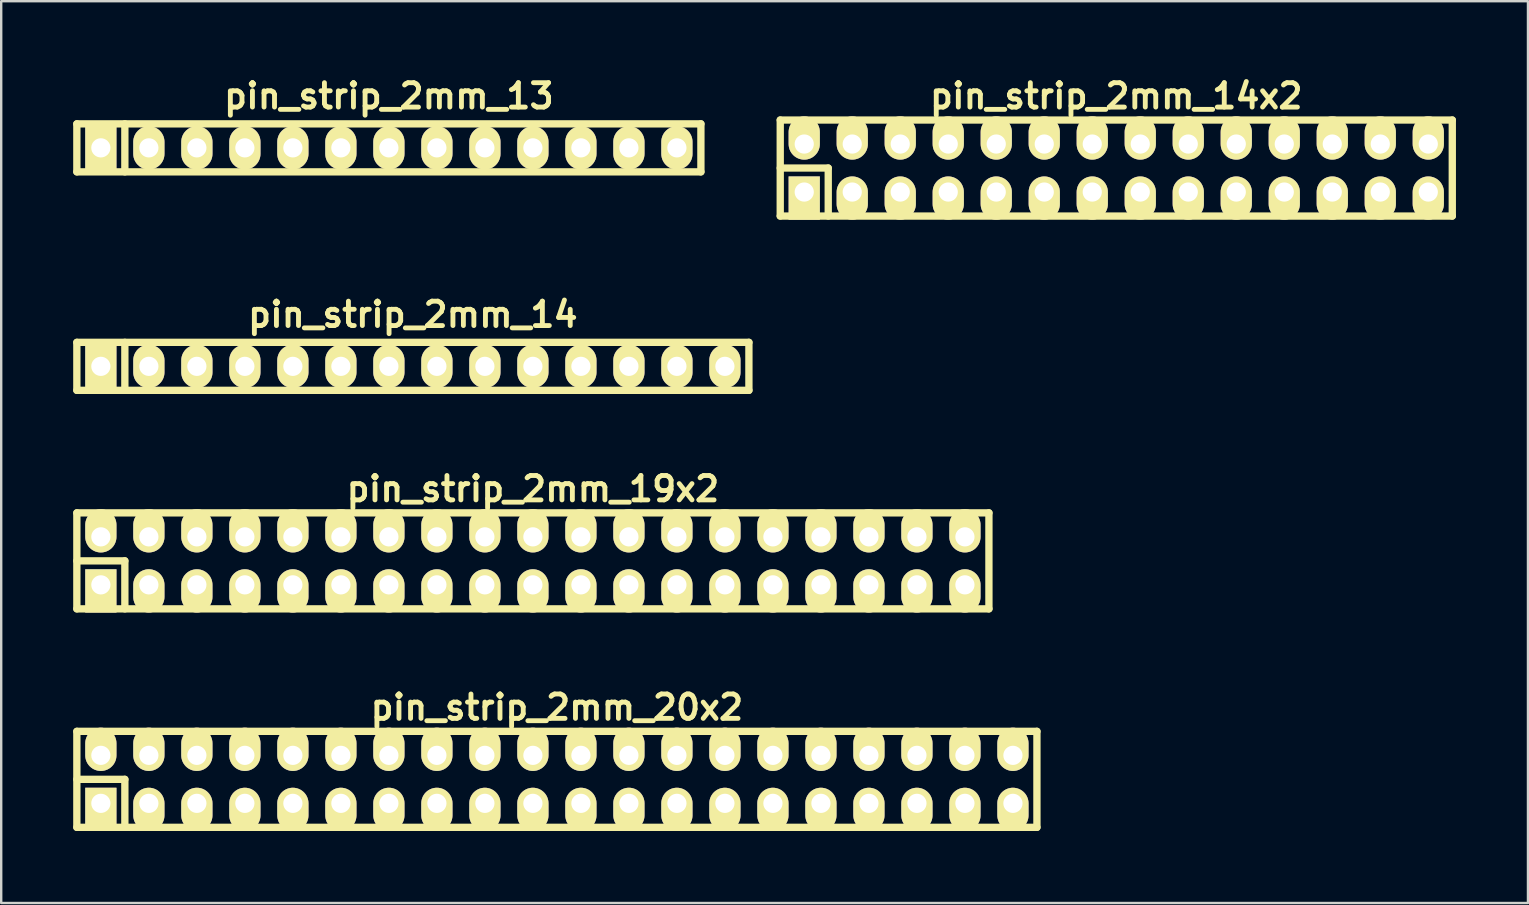
<source format=kicad_pcb>
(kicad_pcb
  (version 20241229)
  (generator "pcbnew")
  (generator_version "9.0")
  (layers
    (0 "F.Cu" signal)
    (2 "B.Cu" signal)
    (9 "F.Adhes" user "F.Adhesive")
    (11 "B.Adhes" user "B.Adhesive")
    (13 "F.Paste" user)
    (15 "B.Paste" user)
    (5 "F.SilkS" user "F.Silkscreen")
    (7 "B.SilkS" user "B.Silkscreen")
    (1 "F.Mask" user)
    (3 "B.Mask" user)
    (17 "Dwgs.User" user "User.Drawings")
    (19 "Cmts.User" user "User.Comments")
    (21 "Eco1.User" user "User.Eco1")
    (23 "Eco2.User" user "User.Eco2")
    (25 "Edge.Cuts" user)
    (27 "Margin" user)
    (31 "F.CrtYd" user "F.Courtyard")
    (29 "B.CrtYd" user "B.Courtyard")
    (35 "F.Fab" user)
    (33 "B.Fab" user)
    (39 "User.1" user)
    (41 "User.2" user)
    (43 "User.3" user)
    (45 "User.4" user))
  (footprint "pin_strip_2mm_13"
    (layer "F.Cu")
    (at 13.152 3.11)
    (property "Reference" "pin_strip_2mm_13" (at 0 -2.159 0) (layer "F.SilkS") (effects (font (size 1.016 1.016) (thickness 0.203))))
    (attr through_hole)
    (fp_line (start -13 -1) (end 13 -1) (stroke (width 0.305) (type solid)) (layer "F.SilkS"))
    (fp_line (start -13 1) (end -13 -1) (stroke (width 0.305) (type solid)) (layer "F.SilkS"))
    (fp_line (start -11 -1) (end -11 1) (stroke (width 0.305) (type solid)) (layer "F.SilkS"))
    (fp_line (start 13 -1) (end 13 1) (stroke (width 0.305) (type solid)) (layer "F.SilkS"))
    (fp_line (start 13 1) (end -13 1) (stroke (width 0.305) (type solid)) (layer "F.SilkS"))
    (pad "1" thru_hole rect (at -12 0) (size 1.3 1.8) (drill 0.8) (layers "*.Cu" "*.Mask" "F.SilkS"))
    (pad "2" thru_hole oval (at -10 0) (size 1.3 1.8) (drill 0.8) (layers "*.Cu" "*.Mask" "F.SilkS"))
    (pad "3" thru_hole oval (at -8 0) (size 1.3 1.8) (drill 0.8) (layers "*.Cu" "*.Mask" "F.SilkS"))
    (pad "4" thru_hole oval (at -6 0) (size 1.3 1.8) (drill 0.8) (layers "*.Cu" "*.Mask" "F.SilkS"))
    (pad "5" thru_hole oval (at -4 0) (size 1.3 1.8) (drill 0.8) (layers "*.Cu" "*.Mask" "F.SilkS"))
    (pad "6" thru_hole oval (at -2 0) (size 1.3 1.8) (drill 0.8) (layers "*.Cu" "*.Mask" "F.SilkS"))
    (pad "7" thru_hole oval (at 0 0) (size 1.3 1.8) (drill 0.8) (layers "*.Cu" "*.Mask" "F.SilkS"))
    (pad "8" thru_hole oval (at 2 0) (size 1.3 1.8) (drill 0.8) (layers "*.Cu" "*.Mask" "F.SilkS"))
    (pad "9" thru_hole oval (at 4 0) (size 1.3 1.8) (drill 0.8) (layers "*.Cu" "*.Mask" "F.SilkS"))
    (pad "10" thru_hole oval (at 6 0) (size 1.3 1.8) (drill 0.8) (layers "*.Cu" "*.Mask" "F.SilkS"))
    (pad "11" thru_hole oval (at 8 0) (size 1.3 1.8) (drill 0.8) (layers "*.Cu" "*.Mask" "F.SilkS"))
    (pad "12" thru_hole oval (at 10 0) (size 1.3 1.8) (drill 0.8) (layers "*.Cu" "*.Mask" "F.SilkS"))
    (pad "13" thru_hole oval (at 12 0) (size 1.3 1.8) (drill 0.8) (layers "*.Cu" "*.Mask" "F.SilkS")))
  (footprint "pin_strip_2mm_20x2"
    (layer "F.Cu")
    (at 20.152 29.42)
    (property "Reference" "pin_strip_2mm_20x2" (at 0 -3 0) (layer "F.SilkS") (effects (font (size 1.016 1.016) (thickness 0.203))))
    (attr through_hole)
    (fp_line (start -20 -2) (end 20 -2) (stroke (width 0.305) (type solid)) (layer "F.SilkS"))
    (fp_line (start -20 0) (end -18 0) (stroke (width 0.305) (type solid)) (layer "F.SilkS"))
    (fp_line (start -20 2) (end -20 -2) (stroke (width 0.305) (type solid)) (layer "F.SilkS"))
    (fp_line (start -18 0) (end -18 2) (stroke (width 0.305) (type solid)) (layer "F.SilkS"))
    (fp_line (start 20 -2) (end 20 2) (stroke (width 0.305) (type solid)) (layer "F.SilkS"))
    (fp_line (start 20 2) (end -20 2) (stroke (width 0.305) (type solid)) (layer "F.SilkS"))
    (pad "1" thru_hole rect (at -19 1) (size 1.3 1.8) (drill 0.8 (offset 0 0.25)) (layers "*.Cu" "*.Mask" "F.SilkS"))
    (pad "2" thru_hole oval (at -19 -1) (size 1.3 1.8) (drill 0.8 (offset 0 -0.25)) (layers "*.Cu" "*.Mask" "F.SilkS"))
    (pad "3" thru_hole oval (at -17 1) (size 1.3 1.8) (drill 0.8 (offset 0 0.25)) (layers "*.Cu" "*.Mask" "F.SilkS"))
    (pad "4" thru_hole oval (at -17 -1) (size 1.3 1.8) (drill 0.8 (offset 0 -0.25)) (layers "*.Cu" "*.Mask" "F.SilkS"))
    (pad "5" thru_hole oval (at -15 1) (size 1.3 1.8) (drill 0.8 (offset 0 0.25)) (layers "*.Cu" "*.Mask" "F.SilkS"))
    (pad "6" thru_hole oval (at -15 -1) (size 1.3 1.8) (drill 0.8 (offset 0 -0.25)) (layers "*.Cu" "*.Mask" "F.SilkS"))
    (pad "7" thru_hole oval (at -13 1) (size 1.3 1.8) (drill 0.8 (offset 0 0.25)) (layers "*.Cu" "*.Mask" "F.SilkS"))
    (pad "8" thru_hole oval (at -13 -1) (size 1.3 1.8) (drill 0.8 (offset 0 -0.25)) (layers "*.Cu" "*.Mask" "F.SilkS"))
    (pad "9" thru_hole oval (at -11 1) (size 1.3 1.8) (drill 0.8 (offset 0 0.25)) (layers "*.Cu" "*.Mask" "F.SilkS"))
    (pad "10" thru_hole oval (at -11 -1) (size 1.3 1.8) (drill 0.8 (offset 0 -0.25)) (layers "*.Cu" "*.Mask" "F.SilkS"))
    (pad "11" thru_hole oval (at -9 1) (size 1.3 1.8) (drill 0.8 (offset 0 0.25)) (layers "*.Cu" "*.Mask" "F.SilkS"))
    (pad "12" thru_hole oval (at -9 -1) (size 1.3 1.8) (drill 0.8 (offset 0 -0.25)) (layers "*.Cu" "*.Mask" "F.SilkS"))
    (pad "13" thru_hole oval (at -7 1) (size 1.3 1.8) (drill 0.8 (offset 0 0.25)) (layers "*.Cu" "*.Mask" "F.SilkS"))
    (pad "14" thru_hole oval (at -7 -1) (size 1.3 1.8) (drill 0.8 (offset 0 -0.25)) (layers "*.Cu" "*.Mask" "F.SilkS"))
    (pad "15" thru_hole oval (at -5 1) (size 1.3 1.8) (drill 0.8 (offset 0 0.25)) (layers "*.Cu" "*.Mask" "F.SilkS"))
    (pad "16" thru_hole oval (at -5 -1) (size 1.3 1.8) (drill 0.8 (offset 0 -0.25)) (layers "*.Cu" "*.Mask" "F.SilkS"))
    (pad "17" thru_hole oval (at -3 1) (size 1.3 1.8) (drill 0.8 (offset 0 0.25)) (layers "*.Cu" "*.Mask" "F.SilkS"))
    (pad "18" thru_hole oval (at -3 -1) (size 1.3 1.8) (drill 0.8 (offset 0 -0.25)) (layers "*.Cu" "*.Mask" "F.SilkS"))
    (pad "19" thru_hole oval (at -1 1) (size 1.3 1.8) (drill 0.8 (offset 0 0.25)) (layers "*.Cu" "*.Mask" "F.SilkS"))
    (pad "20" thru_hole oval (at -1 -1) (size 1.3 1.8) (drill 0.8 (offset 0 -0.25)) (layers "*.Cu" "*.Mask" "F.SilkS"))
    (pad "21" thru_hole oval (at 1 1) (size 1.3 1.8) (drill 0.8 (offset 0 0.25)) (layers "*.Cu" "*.Mask" "F.SilkS"))
    (pad "22" thru_hole oval (at 1 -1) (size 1.3 1.8) (drill 0.8 (offset 0 -0.25)) (layers "*.Cu" "*.Mask" "F.SilkS"))
    (pad "23" thru_hole oval (at 3 1) (size 1.3 1.8) (drill 0.8 (offset 0 0.25)) (layers "*.Cu" "*.Mask" "F.SilkS"))
    (pad "24" thru_hole oval (at 3 -1) (size 1.3 1.8) (drill 0.8 (offset 0 -0.25)) (layers "*.Cu" "*.Mask" "F.SilkS"))
    (pad "25" thru_hole oval (at 5 1) (size 1.3 1.8) (drill 0.8 (offset 0 0.25)) (layers "*.Cu" "*.Mask" "F.SilkS"))
    (pad "26" thru_hole oval (at 5 -1) (size 1.3 1.8) (drill 0.8 (offset 0 -0.25)) (layers "*.Cu" "*.Mask" "F.SilkS"))
    (pad "27" thru_hole oval (at 7 1) (size 1.3 1.8) (drill 0.8 (offset 0 0.25)) (layers "*.Cu" "*.Mask" "F.SilkS"))
    (pad "28" thru_hole oval (at 7 -1) (size 1.3 1.8) (drill 0.8 (offset 0 -0.25)) (layers "*.Cu" "*.Mask" "F.SilkS"))
    (pad "29" thru_hole oval (at 9 1) (size 1.3 1.8) (drill 0.8 (offset 0 0.25)) (layers "*.Cu" "*.Mask" "F.SilkS"))
    (pad "30" thru_hole oval (at 9 -1) (size 1.3 1.8) (drill 0.8 (offset 0 -0.25)) (layers "*.Cu" "*.Mask" "F.SilkS"))
    (pad "31" thru_hole oval (at 11 1) (size 1.3 1.8) (drill 0.8 (offset 0 0.25)) (layers "*.Cu" "*.Mask" "F.SilkS"))
    (pad "32" thru_hole oval (at 11 -1) (size 1.3 1.8) (drill 0.8 (offset 0 -0.25)) (layers "*.Cu" "*.Mask" "F.SilkS"))
    (pad "33" thru_hole oval (at 13 1) (size 1.3 1.8) (drill 0.8 (offset 0 0.25)) (layers "*.Cu" "*.Mask" "F.SilkS"))
    (pad "34" thru_hole oval (at 13 -1) (size 1.3 1.8) (drill 0.8 (offset 0 -0.25)) (layers "*.Cu" "*.Mask" "F.SilkS"))
    (pad "35" thru_hole oval (at 15 1) (size 1.3 1.8) (drill 0.8 (offset 0 0.25)) (layers "*.Cu" "*.Mask" "F.SilkS"))
    (pad "36" thru_hole oval (at 15 -1) (size 1.3 1.8) (drill 0.8 (offset 0 -0.25)) (layers "*.Cu" "*.Mask" "F.SilkS"))
    (pad "37" thru_hole oval (at 17 1) (size 1.3 1.8) (drill 0.8 (offset 0 0.25)) (layers "*.Cu" "*.Mask" "F.SilkS"))
    (pad "38" thru_hole oval (at 17 -1) (size 1.3 1.8) (drill 0.8 (offset 0 -0.25)) (layers "*.Cu" "*.Mask" "F.SilkS"))
    (pad "39" thru_hole oval (at 19 1) (size 1.3 1.8) (drill 0.8 (offset 0 0.25)) (layers "*.Cu" "*.Mask" "F.SilkS"))
    (pad "40" thru_hole oval (at 19 -1) (size 1.3 1.8) (drill 0.8 (offset 0 -0.25)) (layers "*.Cu" "*.Mask" "F.SilkS")))
  (footprint "pin_strip_2mm_14x2"
    (layer "F.Cu")
    (at 43.457 3.951)
    (property "Reference" "pin_strip_2mm_14x2" (at 0 -3 0) (layer "F.SilkS") (effects (font (size 1.016 1.016) (thickness 0.203))))
    (attr through_hole)
    (fp_line (start -14 -2) (end 14 -2) (stroke (width 0.305) (type solid)) (layer "F.SilkS"))
    (fp_line (start -14 0) (end -12 0) (stroke (width 0.305) (type solid)) (layer "F.SilkS"))
    (fp_line (start -14 2) (end -14 -2) (stroke (width 0.305) (type solid)) (layer "F.SilkS"))
    (fp_line (start -12 0) (end -12 2) (stroke (width 0.305) (type solid)) (layer "F.SilkS"))
    (fp_line (start 14 -2) (end 14 2) (stroke (width 0.305) (type solid)) (layer "F.SilkS"))
    (fp_line (start 14 2) (end -14 2) (stroke (width 0.305) (type solid)) (layer "F.SilkS"))
    (pad "1" thru_hole rect (at -13 1) (size 1.3 1.8) (drill 0.8 (offset 0 0.25)) (layers "*.Cu" "*.Mask" "F.SilkS"))
    (pad "2" thru_hole oval (at -13 -1) (size 1.3 1.8) (drill 0.8 (offset 0 -0.25)) (layers "*.Cu" "*.Mask" "F.SilkS"))
    (pad "3" thru_hole oval (at -11 1) (size 1.3 1.8) (drill 0.8 (offset 0 0.25)) (layers "*.Cu" "*.Mask" "F.SilkS"))
    (pad "4" thru_hole oval (at -11 -1) (size 1.3 1.8) (drill 0.8 (offset 0 -0.25)) (layers "*.Cu" "*.Mask" "F.SilkS"))
    (pad "5" thru_hole oval (at -9 1) (size 1.3 1.8) (drill 0.8 (offset 0 0.25)) (layers "*.Cu" "*.Mask" "F.SilkS"))
    (pad "6" thru_hole oval (at -9 -1) (size 1.3 1.8) (drill 0.8 (offset 0 -0.25)) (layers "*.Cu" "*.Mask" "F.SilkS"))
    (pad "7" thru_hole oval (at -7 1) (size 1.3 1.8) (drill 0.8 (offset 0 0.25)) (layers "*.Cu" "*.Mask" "F.SilkS"))
    (pad "8" thru_hole oval (at -7 -1) (size 1.3 1.8) (drill 0.8 (offset 0 -0.25)) (layers "*.Cu" "*.Mask" "F.SilkS"))
    (pad "9" thru_hole oval (at -5 1) (size 1.3 1.8) (drill 0.8 (offset 0 0.25)) (layers "*.Cu" "*.Mask" "F.SilkS"))
    (pad "10" thru_hole oval (at -5 -1) (size 1.3 1.8) (drill 0.8 (offset 0 -0.25)) (layers "*.Cu" "*.Mask" "F.SilkS"))
    (pad "11" thru_hole oval (at -3 1) (size 1.3 1.8) (drill 0.8 (offset 0 0.25)) (layers "*.Cu" "*.Mask" "F.SilkS"))
    (pad "12" thru_hole oval (at -3 -1) (size 1.3 1.8) (drill 0.8 (offset 0 -0.25)) (layers "*.Cu" "*.Mask" "F.SilkS"))
    (pad "13" thru_hole oval (at -1 1) (size 1.3 1.8) (drill 0.8 (offset 0 0.25)) (layers "*.Cu" "*.Mask" "F.SilkS"))
    (pad "14" thru_hole oval (at -1 -1) (size 1.3 1.8) (drill 0.8 (offset 0 -0.25)) (layers "*.Cu" "*.Mask" "F.SilkS"))
    (pad "15" thru_hole oval (at 1 1) (size 1.3 1.8) (drill 0.8 (offset 0 0.25)) (layers "*.Cu" "*.Mask" "F.SilkS"))
    (pad "16" thru_hole oval (at 1 -1) (size 1.3 1.8) (drill 0.8 (offset 0 -0.25)) (layers "*.Cu" "*.Mask" "F.SilkS"))
    (pad "17" thru_hole oval (at 3 1) (size 1.3 1.8) (drill 0.8 (offset 0 0.25)) (layers "*.Cu" "*.Mask" "F.SilkS"))
    (pad "18" thru_hole oval (at 3 -1) (size 1.3 1.8) (drill 0.8 (offset 0 -0.25)) (layers "*.Cu" "*.Mask" "F.SilkS"))
    (pad "19" thru_hole oval (at 5 1) (size 1.3 1.8) (drill 0.8 (offset 0 0.25)) (layers "*.Cu" "*.Mask" "F.SilkS"))
    (pad "20" thru_hole oval (at 5 -1) (size 1.3 1.8) (drill 0.8 (offset 0 -0.25)) (layers "*.Cu" "*.Mask" "F.SilkS"))
    (pad "21" thru_hole oval (at 7 1) (size 1.3 1.8) (drill 0.8 (offset 0 0.25)) (layers "*.Cu" "*.Mask" "F.SilkS"))
    (pad "22" thru_hole oval (at 7 -1) (size 1.3 1.8) (drill 0.8 (offset 0 -0.25)) (layers "*.Cu" "*.Mask" "F.SilkS"))
    (pad "23" thru_hole oval (at 9 1) (size 1.3 1.8) (drill 0.8 (offset 0 0.25)) (layers "*.Cu" "*.Mask" "F.SilkS"))
    (pad "24" thru_hole oval (at 9 -1) (size 1.3 1.8) (drill 0.8 (offset 0 -0.25)) (layers "*.Cu" "*.Mask" "F.SilkS"))
    (pad "25" thru_hole oval (at 11 1) (size 1.3 1.8) (drill 0.8 (offset 0 0.25)) (layers "*.Cu" "*.Mask" "F.SilkS"))
    (pad "26" thru_hole oval (at 11 -1) (size 1.3 1.8) (drill 0.8 (offset 0 -0.25)) (layers "*.Cu" "*.Mask" "F.SilkS"))
    (pad "27" thru_hole oval (at 13 1) (size 1.3 1.8) (drill 0.8 (offset 0 0.25)) (layers "*.Cu" "*.Mask" "F.SilkS"))
    (pad "28" thru_hole oval (at 13 -1) (size 1.3 1.8) (drill 0.8 (offset 0 -0.25)) (layers "*.Cu" "*.Mask" "F.SilkS")))
  (footprint "pin_strip_2mm_14"
    (layer "F.Cu")
    (at 14.152 12.213)
    (property "Reference" "pin_strip_2mm_14" (at 0 -2.159 0) (layer "F.SilkS") (effects (font (size 1.016 1.016) (thickness 0.203))))
    (attr through_hole)
    (fp_line (start -14 -1) (end 14 -1) (stroke (width 0.305) (type solid)) (layer "F.SilkS"))
    (fp_line (start -14 1) (end -14 -1) (stroke (width 0.305) (type solid)) (layer "F.SilkS"))
    (fp_line (start -12 -1) (end -12 1) (stroke (width 0.305) (type solid)) (layer "F.SilkS"))
    (fp_line (start 14 -1) (end 14 1) (stroke (width 0.305) (type solid)) (layer "F.SilkS"))
    (fp_line (start 14 1) (end -14 1) (stroke (width 0.305) (type solid)) (layer "F.SilkS"))
    (pad "1" thru_hole rect (at -13 0) (size 1.3 1.8) (drill 0.8) (layers "*.Cu" "*.Mask" "F.SilkS"))
    (pad "2" thru_hole oval (at -11 0) (size 1.3 1.8) (drill 0.8) (layers "*.Cu" "*.Mask" "F.SilkS"))
    (pad "3" thru_hole oval (at -9 0) (size 1.3 1.8) (drill 0.8) (layers "*.Cu" "*.Mask" "F.SilkS"))
    (pad "4" thru_hole oval (at -7 0) (size 1.3 1.8) (drill 0.8) (layers "*.Cu" "*.Mask" "F.SilkS"))
    (pad "5" thru_hole oval (at -5 0) (size 1.3 1.8) (drill 0.8) (layers "*.Cu" "*.Mask" "F.SilkS"))
    (pad "6" thru_hole oval (at -3 0) (size 1.3 1.8) (drill 0.8) (layers "*.Cu" "*.Mask" "F.SilkS"))
    (pad "7" thru_hole oval (at -1 0) (size 1.3 1.8) (drill 0.8) (layers "*.Cu" "*.Mask" "F.SilkS"))
    (pad "8" thru_hole oval (at 1 0) (size 1.3 1.8) (drill 0.8) (layers "*.Cu" "*.Mask" "F.SilkS"))
    (pad "9" thru_hole oval (at 3 0) (size 1.3 1.8) (drill 0.8) (layers "*.Cu" "*.Mask" "F.SilkS"))
    (pad "10" thru_hole oval (at 5 0) (size 1.3 1.8) (drill 0.8) (layers "*.Cu" "*.Mask" "F.SilkS"))
    (pad "11" thru_hole oval (at 7 0) (size 1.3 1.8) (drill 0.8) (layers "*.Cu" "*.Mask" "F.SilkS"))
    (pad "12" thru_hole oval (at 9 0) (size 1.3 1.8) (drill 0.8) (layers "*.Cu" "*.Mask" "F.SilkS"))
    (pad "13" thru_hole oval (at 11 0) (size 1.3 1.8) (drill 0.8) (layers "*.Cu" "*.Mask" "F.SilkS"))
    (pad "14" thru_hole oval (at 13 0) (size 1.3 1.8) (drill 0.8) (layers "*.Cu" "*.Mask" "F.SilkS")))
  (footprint "pin_strip_2mm_19x2"
    (layer "F.Cu")
    (at 19.152 20.317)
    (property "Reference" "pin_strip_2mm_19x2" (at 0 -3 0) (layer "F.SilkS") (effects (font (size 1.016 1.016) (thickness 0.203))))
    (attr through_hole)
    (fp_line (start -19 -2) (end 19 -2) (stroke (width 0.305) (type solid)) (layer "F.SilkS"))
    (fp_line (start -19 0) (end -17 0) (stroke (width 0.305) (type solid)) (layer "F.SilkS"))
    (fp_line (start -19 2) (end -19 -2) (stroke (width 0.305) (type solid)) (layer "F.SilkS"))
    (fp_line (start -17 0) (end -17 2) (stroke (width 0.305) (type solid)) (layer "F.SilkS"))
    (fp_line (start 19 -2) (end 19 2) (stroke (width 0.305) (type solid)) (layer "F.SilkS"))
    (fp_line (start 19 2) (end -19 2) (stroke (width 0.305) (type solid)) (layer "F.SilkS"))
    (pad "1" thru_hole rect (at -18 1) (size 1.3 1.8) (drill 0.8 (offset 0 0.25)) (layers "*.Cu" "*.Mask" "F.SilkS"))
    (pad "2" thru_hole oval (at -18 -1) (size 1.3 1.8) (drill 0.8 (offset 0 -0.25)) (layers "*.Cu" "*.Mask" "F.SilkS"))
    (pad "3" thru_hole oval (at -16 1) (size 1.3 1.8) (drill 0.8 (offset 0 0.25)) (layers "*.Cu" "*.Mask" "F.SilkS"))
    (pad "4" thru_hole oval (at -16 -1) (size 1.3 1.8) (drill 0.8 (offset 0 -0.25)) (layers "*.Cu" "*.Mask" "F.SilkS"))
    (pad "5" thru_hole oval (at -14 1) (size 1.3 1.8) (drill 0.8 (offset 0 0.25)) (layers "*.Cu" "*.Mask" "F.SilkS"))
    (pad "6" thru_hole oval (at -14 -1) (size 1.3 1.8) (drill 0.8 (offset 0 -0.25)) (layers "*.Cu" "*.Mask" "F.SilkS"))
    (pad "7" thru_hole oval (at -12 1) (size 1.3 1.8) (drill 0.8 (offset 0 0.25)) (layers "*.Cu" "*.Mask" "F.SilkS"))
    (pad "8" thru_hole oval (at -12 -1) (size 1.3 1.8) (drill 0.8 (offset 0 -0.25)) (layers "*.Cu" "*.Mask" "F.SilkS"))
    (pad "9" thru_hole oval (at -10 1) (size 1.3 1.8) (drill 0.8 (offset 0 0.25)) (layers "*.Cu" "*.Mask" "F.SilkS"))
    (pad "10" thru_hole oval (at -10 -1) (size 1.3 1.8) (drill 0.8 (offset 0 -0.25)) (layers "*.Cu" "*.Mask" "F.SilkS"))
    (pad "11" thru_hole oval (at -8 1) (size 1.3 1.8) (drill 0.8 (offset 0 0.25)) (layers "*.Cu" "*.Mask" "F.SilkS"))
    (pad "12" thru_hole oval (at -8 -1) (size 1.3 1.8) (drill 0.8 (offset 0 -0.25)) (layers "*.Cu" "*.Mask" "F.SilkS"))
    (pad "13" thru_hole oval (at -6 1) (size 1.3 1.8) (drill 0.8 (offset 0 0.25)) (layers "*.Cu" "*.Mask" "F.SilkS"))
    (pad "14" thru_hole oval (at -6 -1) (size 1.3 1.8) (drill 0.8 (offset 0 -0.25)) (layers "*.Cu" "*.Mask" "F.SilkS"))
    (pad "15" thru_hole oval (at -4 1) (size 1.3 1.8) (drill 0.8 (offset 0 0.25)) (layers "*.Cu" "*.Mask" "F.SilkS"))
    (pad "16" thru_hole oval (at -4 -1) (size 1.3 1.8) (drill 0.8 (offset 0 -0.25)) (layers "*.Cu" "*.Mask" "F.SilkS"))
    (pad "17" thru_hole oval (at -2 1) (size 1.3 1.8) (drill 0.8 (offset 0 0.25)) (layers "*.Cu" "*.Mask" "F.SilkS"))
    (pad "18" thru_hole oval (at -2 -1) (size 1.3 1.8) (drill 0.8 (offset 0 -0.25)) (layers "*.Cu" "*.Mask" "F.SilkS"))
    (pad "19" thru_hole oval (at 0 1) (size 1.3 1.8) (drill 0.8 (offset 0 0.25)) (layers "*.Cu" "*.Mask" "F.SilkS"))
    (pad "20" thru_hole oval (at 0 -1) (size 1.3 1.8) (drill 0.8 (offset 0 -0.25)) (layers "*.Cu" "*.Mask" "F.SilkS"))
    (pad "21" thru_hole oval (at 2 1) (size 1.3 1.8) (drill 0.8 (offset 0 0.25)) (layers "*.Cu" "*.Mask" "F.SilkS"))
    (pad "22" thru_hole oval (at 2 -1) (size 1.3 1.8) (drill 0.8 (offset 0 -0.25)) (layers "*.Cu" "*.Mask" "F.SilkS"))
    (pad "23" thru_hole oval (at 4 1) (size 1.3 1.8) (drill 0.8 (offset 0 0.25)) (layers "*.Cu" "*.Mask" "F.SilkS"))
    (pad "24" thru_hole oval (at 4 -1) (size 1.3 1.8) (drill 0.8 (offset 0 -0.25)) (layers "*.Cu" "*.Mask" "F.SilkS"))
    (pad "25" thru_hole oval (at 6 1) (size 1.3 1.8) (drill 0.8 (offset 0 0.25)) (layers "*.Cu" "*.Mask" "F.SilkS"))
    (pad "26" thru_hole oval (at 6 -1) (size 1.3 1.8) (drill 0.8 (offset 0 -0.25)) (layers "*.Cu" "*.Mask" "F.SilkS"))
    (pad "27" thru_hole oval (at 8 1) (size 1.3 1.8) (drill 0.8 (offset 0 0.25)) (layers "*.Cu" "*.Mask" "F.SilkS"))
    (pad "28" thru_hole oval (at 8 -1) (size 1.3 1.8) (drill 0.8 (offset 0 -0.25)) (layers "*.Cu" "*.Mask" "F.SilkS"))
    (pad "29" thru_hole oval (at 10 1) (size 1.3 1.8) (drill 0.8 (offset 0 0.25)) (layers "*.Cu" "*.Mask" "F.SilkS"))
    (pad "30" thru_hole oval (at 10 -1) (size 1.3 1.8) (drill 0.8 (offset 0 -0.25)) (layers "*.Cu" "*.Mask" "F.SilkS"))
    (pad "31" thru_hole oval (at 12 1) (size 1.3 1.8) (drill 0.8 (offset 0 0.25)) (layers "*.Cu" "*.Mask" "F.SilkS"))
    (pad "32" thru_hole oval (at 12 -1) (size 1.3 1.8) (drill 0.8 (offset 0 -0.25)) (layers "*.Cu" "*.Mask" "F.SilkS"))
    (pad "33" thru_hole oval (at 14 1) (size 1.3 1.8) (drill 0.8 (offset 0 0.25)) (layers "*.Cu" "*.Mask" "F.SilkS"))
    (pad "34" thru_hole oval (at 14 -1) (size 1.3 1.8) (drill 0.8 (offset 0 -0.25)) (layers "*.Cu" "*.Mask" "F.SilkS"))
    (pad "35" thru_hole oval (at 16 1) (size 1.3 1.8) (drill 0.8 (offset 0 0.25)) (layers "*.Cu" "*.Mask" "F.SilkS"))
    (pad "36" thru_hole oval (at 16 -1) (size 1.3 1.8) (drill 0.8 (offset 0 -0.25)) (layers "*.Cu" "*.Mask" "F.SilkS"))
    (pad "37" thru_hole oval (at 18 1) (size 1.3 1.8) (drill 0.8 (offset 0 0.25)) (layers "*.Cu" "*.Mask" "F.SilkS"))
    (pad "38" thru_hole oval (at 18 -1) (size 1.3 1.8) (drill 0.8 (offset 0 -0.25)) (layers "*.Cu" "*.Mask" "F.SilkS")))
  (gr_rect
    (start -3 -3)
    (end 60.61 34.573)
    (stroke (width 0.1) (type default))
    (fill no)
    (layer "Edge.Cuts")))
</source>
